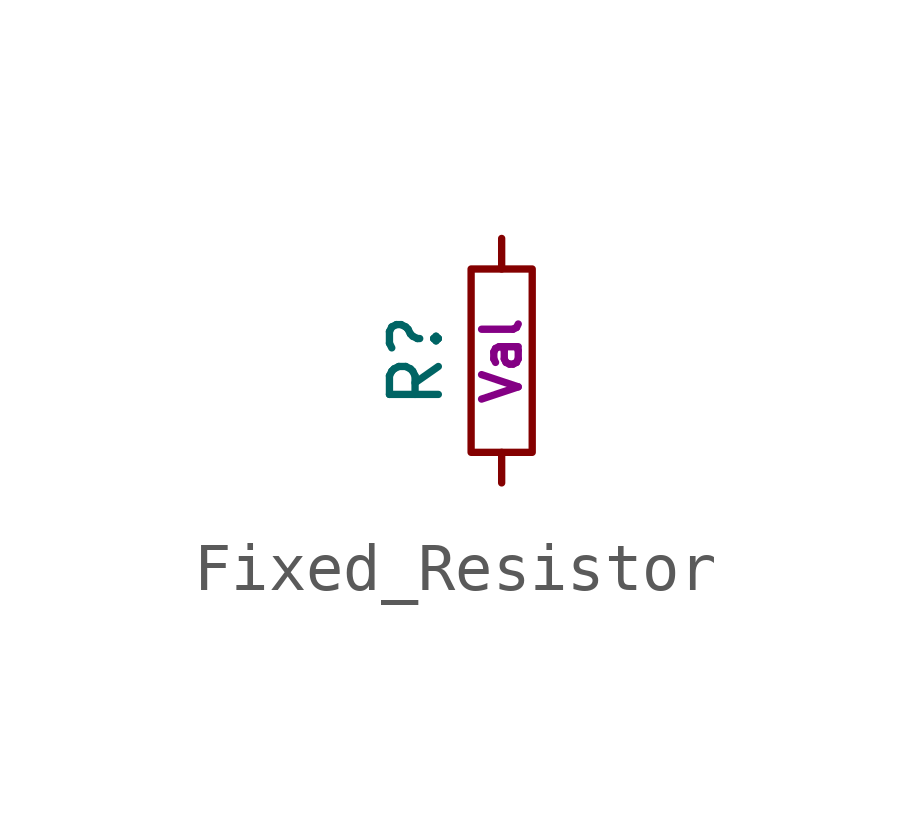
<source format=kicad_sym>
(kicad_symbol_lib
  (version 20211014)
  (generator kicad_symbol_editor)
  (symbol "Fixed_Resistor"
    (pin_numbers hide)
    (pin_names
      (offset 0) hide)
    (property "Reference" "R"
      (at -1.778 0 90)
      (effects (font (size 1.016 1.016))))
    (property "Footprint" ""
      (at 0 0 0)
      (effects (font (size 1.524 1.524))))
    (property "Datasheet" ""
      (at 0 0 0)
      (effects (font (size 1.524 1.524))))
    (property "Unit" "Val"
      (at 0 0 90)
      (effects (font (size 0.762 0.762))))
    (symbol "Fixed_Resistor_0_1"
      (rectangle (start -0.635 1.905) (end 0.635 -1.905) (stroke (width 0) (type default) (color 0 0 0 0)) (fill (type none))))
    (symbol "Fixed_Resistor_1_1"
      (pin passive line (at 0 2.54 270) (length 0.635) (name "~" (effects (font (size 0.635 0.635)))) (number "1" (effects (font (size 0.635 0.635)))))
      (pin passive line (at 0 -2.54 90) (length 0.635) (name "~" (effects (font (size 0.635 0.635)))) (number "2" (effects (font (size 0.635 0.635))))))))
</source>
